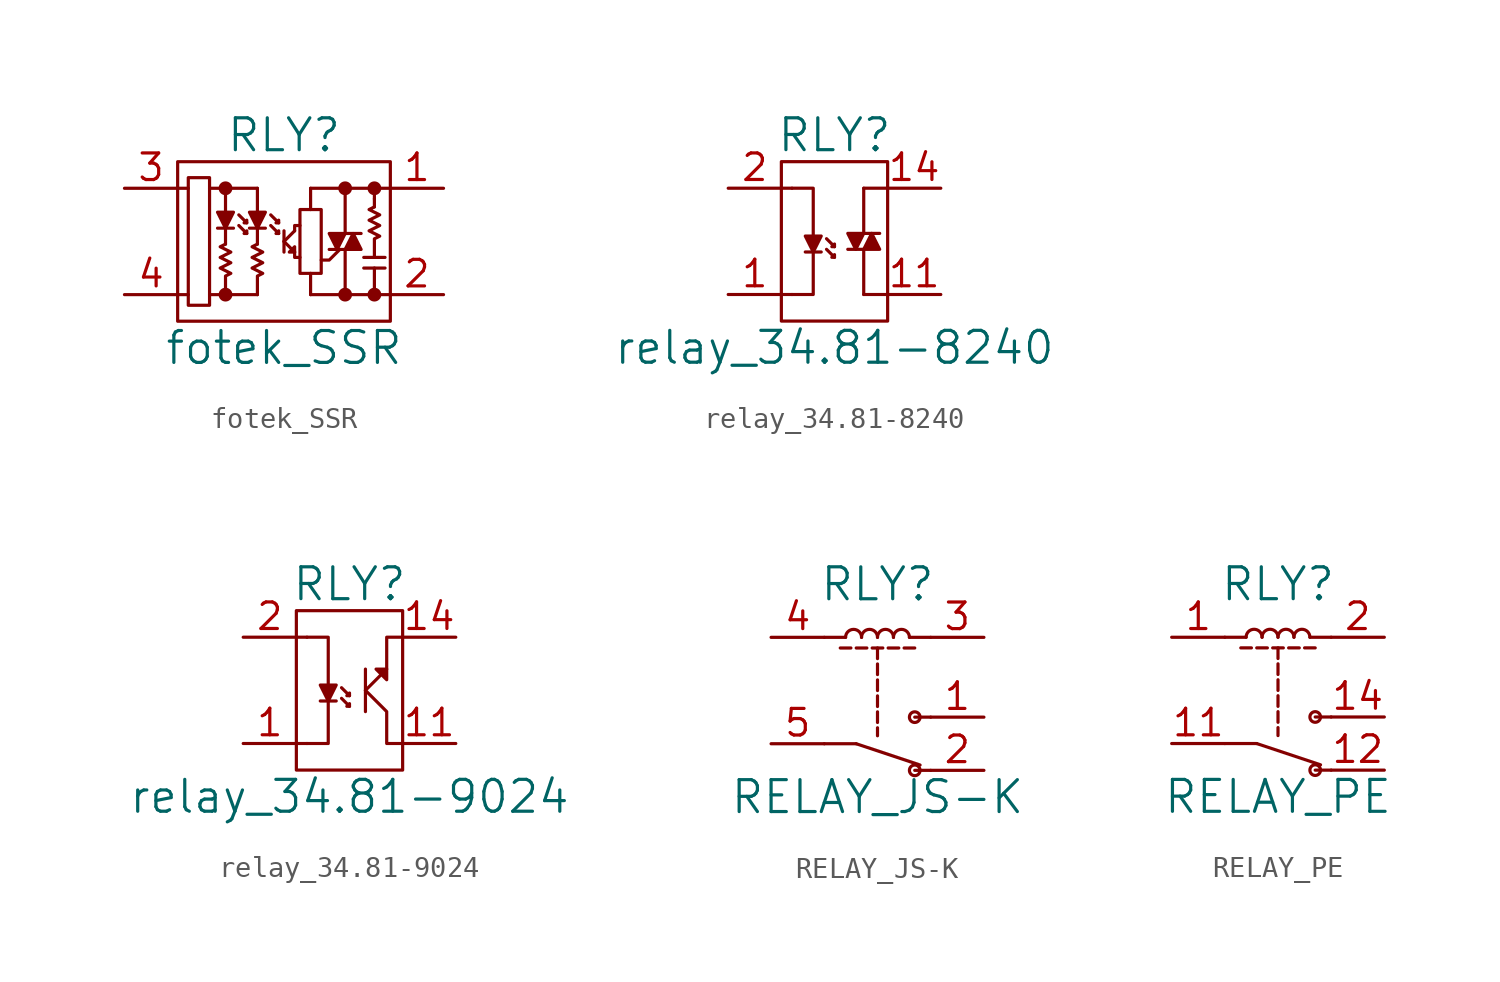
<source format=kicad_sym>
(kicad_symbol_lib
  (version 20220914)
  (generator kicad_symbol_editor)
  (symbol "fotek_SSR"
    (pin_names
      (offset 1.016))
    (property "Reference" "RLY"
      (at 0 5.08 0)
      (effects (font (size 1.524 1.524))))
    (property "Value" "fotek_SSR"
      (at 0 -5.08 0)
      (effects (font (size 1.524 1.524))))
    (property "Footprint" ""
      (at 0 0 0)
      (effects (font (size 1.524 1.524))))
    (property "Datasheet" ""
      (at 0 0 0)
      (effects (font (size 1.524 1.524))))
    (symbol "fotek_SSR_0_1"
      (rectangle (start -5.08 3.81) (end 5.08 -3.81) (stroke (width 0) (type solid)) (fill (type none)))
      (rectangle (start -4.572 3.048) (end -3.556 -3.048) (stroke (width 0) (type solid)) (fill (type none)))
      (circle (center -2.794 -2.54) (radius 0.254) (stroke (width 0) (type solid)) (fill (type outline)))
      (circle (center -2.794 2.54) (radius 0.254) (stroke (width 0) (type solid)) (fill (type outline)))
      (polyline (pts (xy -4.572 -2.54) (xy -5.08 -2.54)) (stroke (width 0) (type solid)) (fill (type none)))
      (polyline (pts (xy -4.572 2.54) (xy -5.08 2.54)) (stroke (width 0) (type solid)) (fill (type none)))
      (polyline (pts (xy -2.794 -0.127) (xy -2.794 0.635)) (stroke (width 0) (type solid)) (fill (type none)))
      (polyline (pts (xy -2.794 2.54) (xy -2.794 1.27)) (stroke (width 0) (type solid)) (fill (type none)))
      (polyline (pts (xy -1.27 -2.54) (xy -3.556 -2.54)) (stroke (width 0) (type solid)) (fill (type none)))
      (polyline (pts (xy -1.27 -0.127) (xy -1.27 0.635)) (stroke (width 0) (type solid)) (fill (type none)))
      (polyline (pts (xy -1.27 2.54) (xy -3.556 2.54)) (stroke (width 0) (type solid)) (fill (type none)))
      (polyline (pts (xy -1.27 2.54) (xy -1.27 1.27)) (stroke (width 0) (type solid)) (fill (type none)))
      (polyline (pts (xy 0 -0.508) (xy 0 0.508)) (stroke (width 0) (type solid)) (fill (type none)))
      (polyline (pts (xy 0 0) (xy 0.508 -0.508)) (stroke (width 0) (type solid)) (fill (type none)))
      (polyline (pts (xy 0 0) (xy 0.508 0.508)) (stroke (width 0) (type solid)) (fill (type none)))
      (polyline (pts (xy 1.27 -2.54) (xy 5.08 -2.54)) (stroke (width 0) (type solid)) (fill (type none)))
      (polyline (pts (xy 1.27 -1.524) (xy 1.27 -2.54)) (stroke (width 0) (type solid)) (fill (type none)))
      (polyline (pts (xy 1.27 1.524) (xy 1.27 2.54)) (stroke (width 0) (type solid)) (fill (type none)))
      (polyline (pts (xy 1.27 2.54) (xy 5.08 2.54)) (stroke (width 0) (type solid)) (fill (type none)))
      (polyline (pts (xy 2.921 -0.381) (xy 2.921 -2.54)) (stroke (width 0) (type solid)) (fill (type none)))
      (polyline (pts (xy 2.921 0.381) (xy 2.921 2.54)) (stroke (width 0) (type solid)) (fill (type none)))
      (polyline (pts (xy 3.81 -0.762) (xy 4.826 -0.762)) (stroke (width 0) (type solid)) (fill (type none)))
      (polyline (pts (xy 4.318 -1.27) (xy 4.318 -2.54)) (stroke (width 0) (type solid)) (fill (type none)))
      (polyline (pts (xy 4.318 2.032) (xy 4.318 1.651)) (stroke (width 0) (type solid)) (fill (type none)))
      (polyline (pts (xy 4.318 2.032) (xy 4.318 2.54)) (stroke (width 0) (type solid)) (fill (type none)))
      (polyline (pts (xy 4.826 -1.27) (xy 3.81 -1.27)) (stroke (width 0) (type solid)) (fill (type none)))
      (polyline (pts (xy -2.413 0.635) (xy -3.175 0.635) (xy -3.175 0.635)) (stroke (width 0) (type solid)) (fill (type none)))
      (polyline (pts (xy -2.159 0.762) (xy -1.778 0.381) (xy -1.778 0.381)) (stroke (width 0) (type solid)) (fill (type none)))
      (polyline (pts (xy -2.159 1.27) (xy -1.778 0.889) (xy -1.778 0.889)) (stroke (width 0) (type solid)) (fill (type none)))
      (polyline (pts (xy -0.889 0.635) (xy -1.651 0.635) (xy -1.651 0.635)) (stroke (width 0) (type solid)) (fill (type none)))
      (polyline (pts (xy -0.635 0.762) (xy -0.254 0.381) (xy -0.254 0.381)) (stroke (width 0) (type solid)) (fill (type none)))
      (polyline (pts (xy -0.635 1.27) (xy -0.254 0.889) (xy -0.254 0.889)) (stroke (width 0) (type solid)) (fill (type none)))
      (polyline (pts (xy 0.508 -0.508) (xy 0.508 -0.762) (xy 0.762 -0.762)) (stroke (width 0) (type solid)) (fill (type none)))
      (polyline (pts (xy 0.508 0.508) (xy 0.508 0.762) (xy 0.762 0.762)) (stroke (width 0) (type solid)) (fill (type none)))
      (polyline (pts (xy 2.667 -0.381) (xy 2.159 -0.889) (xy 1.778 -0.889)) (stroke (width 0) (type solid)) (fill (type none)))
      (polyline (pts (xy 2.921 -0.381) (xy 2.159 -0.381) (xy 2.159 -0.381)) (stroke (width 0) (type solid)) (fill (type none)))
      (polyline (pts (xy 2.921 0.381) (xy 3.683 0.381) (xy 3.683 0.381)) (stroke (width 0) (type solid)) (fill (type none)))
      (polyline (pts (xy 0.508 -0.508) (xy 0.254 -0.508) (xy 0.508 -0.254) (xy 0.508 -0.508)) (stroke (width 0) (type solid)) (fill (type none)))
      (polyline (pts (xy -3.175 1.397) (xy -2.413 1.397) (xy -2.794 0.635) (xy -3.175 1.397) (xy -3.175 1.397)) (stroke (width 0) (type solid)) (fill (type outline)))
      (polyline (pts (xy -1.778 0.381) (xy -1.905 0.381) (xy -1.778 0.508) (xy -1.778 0.381) (xy -1.778 0.381)) (stroke (width 0) (type solid)) (fill (type none)))
      (polyline (pts (xy -1.778 0.889) (xy -1.905 0.889) (xy -1.778 1.016) (xy -1.778 0.889) (xy -1.778 0.889)) (stroke (width 0) (type solid)) (fill (type none)))
      (polyline (pts (xy -1.651 1.397) (xy -0.889 1.397) (xy -1.27 0.635) (xy -1.651 1.397) (xy -1.651 1.397)) (stroke (width 0) (type solid)) (fill (type outline)))
      (polyline (pts (xy -0.254 0.381) (xy -0.381 0.381) (xy -0.254 0.508) (xy -0.254 0.381) (xy -0.254 0.381)) (stroke (width 0) (type solid)) (fill (type none)))
      (polyline (pts (xy -0.254 0.889) (xy -0.381 0.889) (xy -0.254 1.016) (xy -0.254 0.889) (xy -0.254 0.889)) (stroke (width 0) (type solid)) (fill (type none)))
      (polyline (pts (xy 2.159 0.381) (xy 2.921 0.381) (xy 2.54 -0.381) (xy 2.159 0.381) (xy 2.159 0.381)) (stroke (width 0) (type solid)) (fill (type outline)))
      (polyline (pts (xy 2.921 -0.381) (xy 3.683 -0.381) (xy 3.302 0.381) (xy 2.921 -0.381) (xy 2.921 -0.381)) (stroke (width 0) (type solid)) (fill (type outline)))
      (polyline (pts (xy -2.794 -0.127) (xy -3.048 -0.254) (xy -2.54 -0.508) (xy -3.048 -0.762) (xy -2.54 -1.016) (xy -3.048 -1.27) (xy -2.54 -1.524) (xy -2.794 -1.651) (xy -2.794 -2.54)) (stroke (width 0) (type solid)) (fill (type none)))
      (polyline (pts (xy -1.27 -0.127) (xy -1.524 -0.254) (xy -1.016 -0.508) (xy -1.524 -0.762) (xy -1.016 -1.016) (xy -1.524 -1.27) (xy -1.016 -1.524) (xy -1.27 -1.651) (xy -1.27 -2.54)) (stroke (width 0) (type solid)) (fill (type none)))
      (polyline (pts (xy 4.318 1.651) (xy 4.064 1.524) (xy 4.572 1.27) (xy 4.064 1.016) (xy 4.572 0.762) (xy 4.064 0.508) (xy 4.572 0.254) (xy 4.318 0.127) (xy 4.318 -0.762)) (stroke (width 0) (type solid)) (fill (type none)))
      (rectangle (start 0.762 -1.524) (end 1.778 1.524) (stroke (width 0) (type solid)) (fill (type none)))
      (circle (center 2.921 -2.54) (radius 0.254) (stroke (width 0) (type solid)) (fill (type outline)))
      (circle (center 2.921 2.54) (radius 0.254) (stroke (width 0) (type solid)) (fill (type outline)))
      (circle (center 4.318 -2.54) (radius 0.254) (stroke (width 0) (type solid)) (fill (type outline)))
      (circle (center 4.318 2.54) (radius 0.254) (stroke (width 0) (type solid)) (fill (type outline))))
    (symbol "fotek_SSR_1_1"
      (pin passive line (at 7.62 2.54 180) (length 2.54) (name "~" (effects (font (size 1.27 1.27)))) (number "1" (effects (font (size 1.27 1.27)))))
      (pin passive line (at 7.62 -2.54 180) (length 2.54) (name "~" (effects (font (size 1.27 1.27)))) (number "2" (effects (font (size 1.27 1.27)))))
      (pin passive line (at -7.62 2.54 0) (length 2.54) (name "~" (effects (font (size 1.27 1.27)))) (number "3" (effects (font (size 1.27 1.27)))))
      (pin passive line (at -7.62 -2.54 0) (length 2.54) (name "~" (effects (font (size 1.27 1.27)))) (number "4" (effects (font (size 1.27 1.27)))))))
  (symbol "relay_34.81-8240"
    (pin_names
      (offset 1.016) hide)
    (property "Reference" "RLY"
      (at 0 5.08 0)
      (effects (font (size 1.524 1.524))))
    (property "Value" "relay_34.81-8240"
      (at 0 -5.08 0)
      (effects (font (size 1.524 1.524))))
    (property "Footprint" ""
      (at 1.016 0 0)
      (effects (font (size 1.524 1.524))))
    (property "Datasheet" ""
      (at 0 0 0)
      (effects (font (size 1.524 1.524))))
    (symbol "relay_34.81-8240_0_1"
      (rectangle (start -2.54 3.81) (end 2.54 -3.81) (stroke (width 0) (type solid)) (fill (type none)))
      (polyline (pts (xy -2.032 -2.54) (xy -2.54 -2.54)) (stroke (width 0) (type solid)) (fill (type none)))
      (polyline (pts (xy -2.032 2.54) (xy -2.54 2.54)) (stroke (width 0) (type solid)) (fill (type none)))
      (polyline (pts (xy 1.397 -2.54) (xy 2.54 -2.54)) (stroke (width 0) (type solid)) (fill (type none)))
      (polyline (pts (xy 1.397 -0.381) (xy 1.397 -2.54)) (stroke (width 0) (type solid)) (fill (type none)))
      (polyline (pts (xy 1.397 0.381) (xy 1.397 2.54)) (stroke (width 0) (type solid)) (fill (type none)))
      (polyline (pts (xy 1.397 2.54) (xy 2.54 2.54)) (stroke (width 0) (type solid)) (fill (type none)))
      (polyline (pts (xy -1.016 -0.508) (xy -1.016 -2.54) (xy -2.032 -2.54)) (stroke (width 0) (type solid)) (fill (type none)))
      (polyline (pts (xy -1.016 0.254) (xy -1.016 2.54) (xy -2.032 2.54)) (stroke (width 0) (type solid)) (fill (type none)))
      (polyline (pts (xy -0.635 -0.508) (xy -1.397 -0.508) (xy -1.397 -0.508)) (stroke (width 0) (type solid)) (fill (type none)))
      (polyline (pts (xy -0.381 -0.381) (xy 0 -0.762) (xy 0 -0.762)) (stroke (width 0) (type solid)) (fill (type none)))
      (polyline (pts (xy -0.381 0.127) (xy 0 -0.254) (xy 0 -0.254)) (stroke (width 0) (type solid)) (fill (type none)))
      (polyline (pts (xy 1.397 -0.381) (xy 0.635 -0.381) (xy 0.635 -0.381)) (stroke (width 0) (type solid)) (fill (type none)))
      (polyline (pts (xy 1.397 0.381) (xy 2.159 0.381) (xy 2.159 0.381)) (stroke (width 0) (type solid)) (fill (type none)))
      (polyline (pts (xy -1.397 0.254) (xy -0.635 0.254) (xy -1.016 -0.508) (xy -1.397 0.254) (xy -1.397 0.254)) (stroke (width 0) (type solid)) (fill (type outline)))
      (polyline (pts (xy 0 -0.762) (xy -0.127 -0.762) (xy 0 -0.635) (xy 0 -0.762) (xy 0 -0.762)) (stroke (width 0) (type solid)) (fill (type none)))
      (polyline (pts (xy 0 -0.254) (xy -0.127 -0.254) (xy 0 -0.127) (xy 0 -0.254) (xy 0 -0.254)) (stroke (width 0) (type solid)) (fill (type none)))
      (polyline (pts (xy 0.635 0.381) (xy 1.397 0.381) (xy 1.016 -0.381) (xy 0.635 0.381) (xy 0.635 0.381)) (stroke (width 0) (type solid)) (fill (type outline)))
      (polyline (pts (xy 1.397 -0.381) (xy 2.159 -0.381) (xy 1.778 0.381) (xy 1.397 -0.381) (xy 1.397 -0.381)) (stroke (width 0) (type solid)) (fill (type outline))))
    (symbol "relay_34.81-8240_1_1"
      (pin passive line (at -5.08 -2.54 0) (length 2.54) (name "A1-" (effects (font (size 0.508 0.508)))) (number "1" (effects (font (size 1.27 1.27)))))
      (pin passive line (at 5.08 -2.54 180) (length 2.54) (name "~" (effects (font (size 1.27 1.27)))) (number "11" (effects (font (size 1.27 1.27)))))
      (pin passive line (at 5.08 2.54 180) (length 2.54) (name "~" (effects (font (size 1.27 1.27)))) (number "14" (effects (font (size 1.27 1.27)))))
      (pin passive line (at -5.08 2.54 0) (length 2.54) (name "A1+" (effects (font (size 0.508 0.508)))) (number "2" (effects (font (size 1.27 1.27)))))))
  (symbol "relay_34.81-9024"
    (pin_names
      (offset 1.016) hide)
    (property "Reference" "RLY"
      (at 0 5.08 0)
      (effects (font (size 1.524 1.524))))
    (property "Value" "relay_34.81-9024"
      (at 0 -5.08 0)
      (effects (font (size 1.524 1.524))))
    (property "Footprint" ""
      (at 1.27 0 0)
      (effects (font (size 1.524 1.524))))
    (property "Datasheet" ""
      (at 0 0 0)
      (effects (font (size 1.524 1.524))))
    (symbol "relay_34.81-9024_0_1"
      (rectangle (start -2.54 3.81) (end 2.54 -3.81) (stroke (width 0) (type solid)) (fill (type none)))
      (polyline (pts (xy -2.032 -2.54) (xy -2.54 -2.54)) (stroke (width 0) (type solid)) (fill (type none)))
      (polyline (pts (xy -2.032 2.54) (xy -2.54 2.54)) (stroke (width 0) (type solid)) (fill (type none)))
      (polyline (pts (xy 0.762 0) (xy 1.524 0.762)) (stroke (width 0) (type solid)) (fill (type none)))
      (polyline (pts (xy 0.762 1.016) (xy 0.762 -1.016)) (stroke (width 0) (type solid)) (fill (type none)))
      (polyline (pts (xy -1.016 -0.508) (xy -1.016 -2.54) (xy -2.032 -2.54)) (stroke (width 0) (type solid)) (fill (type none)))
      (polyline (pts (xy -1.016 0.254) (xy -1.016 2.54) (xy -2.032 2.54)) (stroke (width 0) (type solid)) (fill (type none)))
      (polyline (pts (xy -0.635 -0.508) (xy -1.397 -0.508) (xy -1.397 -0.508)) (stroke (width 0) (type solid)) (fill (type none)))
      (polyline (pts (xy -0.381 -0.381) (xy 0 -0.762) (xy 0 -0.762)) (stroke (width 0) (type solid)) (fill (type none)))
      (polyline (pts (xy -0.381 0.127) (xy 0 -0.254) (xy 0 -0.254)) (stroke (width 0) (type solid)) (fill (type none)))
      (polyline (pts (xy 1.778 1.016) (xy 1.778 2.54) (xy 2.54 2.54)) (stroke (width 0) (type solid)) (fill (type none)))
      (polyline (pts (xy 0.762 0) (xy 1.778 -1.016) (xy 1.778 -2.54) (xy 2.54 -2.54)) (stroke (width 0) (type solid)) (fill (type none)))
      (polyline (pts (xy 1.778 1.016) (xy 1.27 1.016) (xy 1.778 0.508) (xy 1.778 1.016)) (stroke (width 0) (type solid)) (fill (type outline)))
      (polyline (pts (xy -1.397 0.254) (xy -0.635 0.254) (xy -1.016 -0.508) (xy -1.397 0.254) (xy -1.397 0.254)) (stroke (width 0) (type solid)) (fill (type outline)))
      (polyline (pts (xy 0 -0.762) (xy -0.127 -0.762) (xy 0 -0.635) (xy 0 -0.762) (xy 0 -0.762)) (stroke (width 0) (type solid)) (fill (type none)))
      (polyline (pts (xy 0 -0.254) (xy -0.127 -0.254) (xy 0 -0.127) (xy 0 -0.254) (xy 0 -0.254)) (stroke (width 0) (type solid)) (fill (type none))))
    (symbol "relay_34.81-9024_1_1"
      (pin passive line (at -5.08 -2.54 0) (length 2.54) (name "A2-" (effects (font (size 1.27 1.27)))) (number "1" (effects (font (size 1.27 1.27)))))
      (pin passive line (at 5.08 -2.54 180) (length 2.54) (name "+" (effects (font (size 1.27 1.27)))) (number "11" (effects (font (size 1.27 1.27)))))
      (pin passive line (at 5.08 2.54 180) (length 2.54) (name "-" (effects (font (size 1.27 1.27)))) (number "14" (effects (font (size 1.27 1.27)))))
      (pin passive line (at -5.08 2.54 0) (length 2.54) (name "A1+" (effects (font (size 0.508 0.508)))) (number "2" (effects (font (size 1.27 1.27)))))))
  (symbol "RELAY_JS-K"
    (pin_names
      (offset 1.016))
    (property "Reference" "RLY"
      (at 0 6.35 0)
      (effects (font (size 1.524 1.524))))
    (property "Value" "RELAY_JS-K"
      (at 0 -3.81 0)
      (effects (font (size 1.524 1.524))))
    (property "Footprint" ""
      (at 0 0 0)
      (effects (font (size 1.524 1.524))))
    (property "Datasheet" ""
      (at 0 0 0)
      (effects (font (size 1.524 1.524))))
    (symbol "RELAY_JS-K_0_1"
      (arc (start -0.762 3.81) (mid -1.143 4.1894) (end -1.524 3.81) (stroke (width 0) (type solid)) (fill (type none)))
      (polyline (pts (xy -1.016 -1.27) (xy -2.54 -1.27)) (stroke (width 0) (type solid)) (fill (type none)))
      (polyline (pts (xy -1.778 3.302) (xy -1.27 3.302) (xy -1.27 3.302)) (stroke (width 0) (type solid)) (fill (type none)))
      (polyline (pts (xy -1.524 3.81) (xy -2.54 3.81) (xy -2.54 3.81)) (stroke (width 0) (type solid)) (fill (type none)))
      (polyline (pts (xy -1.016 -1.27) (xy 2.032 -2.286) (xy 2.032 -2.286)) (stroke (width 0) (type solid)) (fill (type none)))
      (polyline (pts (xy -1.016 3.302) (xy -0.508 3.302) (xy -0.508 3.302)) (stroke (width 0) (type solid)) (fill (type none)))
      (polyline (pts (xy -0.254 3.302) (xy 0.254 3.302) (xy 0.254 3.302)) (stroke (width 0) (type solid)) (fill (type none)))
      (polyline (pts (xy 0 -0.508) (xy 0 -0.889) (xy 0 -0.889)) (stroke (width 0) (type solid)) (fill (type none)))
      (polyline (pts (xy 0 0.254) (xy 0 -0.254) (xy 0 -0.254)) (stroke (width 0) (type solid)) (fill (type none)))
      (polyline (pts (xy 0 1.016) (xy 0 0.508) (xy 0 0.508)) (stroke (width 0) (type solid)) (fill (type none)))
      (polyline (pts (xy 0 1.778) (xy 0 1.27) (xy 0 1.27)) (stroke (width 0) (type solid)) (fill (type none)))
      (polyline (pts (xy 0 2.54) (xy 0 2.032) (xy 0 2.032)) (stroke (width 0) (type solid)) (fill (type none)))
      (polyline (pts (xy 0 3.302) (xy 0 2.794) (xy 0 2.794)) (stroke (width 0) (type solid)) (fill (type none)))
      (polyline (pts (xy 0.508 3.302) (xy 1.016 3.302) (xy 1.016 3.302)) (stroke (width 0) (type solid)) (fill (type none)))
      (polyline (pts (xy 1.27 3.302) (xy 1.778 3.302) (xy 1.778 3.302)) (stroke (width 0) (type solid)) (fill (type none)))
      (polyline (pts (xy 1.524 3.81) (xy 2.54 3.81) (xy 2.54 3.81)) (stroke (width 0) (type solid)) (fill (type none)))
      (polyline (pts (xy 2.54 -2.54) (xy 1.778 -2.54) (xy 1.778 -2.54)) (stroke (width 0) (type solid)) (fill (type none)))
      (polyline (pts (xy 2.54 0) (xy 1.778 0) (xy 1.778 0)) (stroke (width 0) (type solid)) (fill (type none)))
      (arc (start 0 3.81) (mid -0.381 4.1894) (end -0.762 3.81) (stroke (width 0) (type solid)) (fill (type none)))
      (arc (start 0.762 3.81) (mid 0.381 4.1894) (end 0 3.81) (stroke (width 0) (type solid)) (fill (type none)))
      (arc (start 1.524 3.81) (mid 1.143 4.1894) (end 0.762 3.81) (stroke (width 0) (type solid)) (fill (type none)))
      (circle (center 1.778 -2.54) (radius 0.254) (stroke (width 0) (type solid)) (fill (type none)))
      (circle (center 1.778 0) (radius 0.254) (stroke (width 0) (type solid)) (fill (type none))))
    (symbol "RELAY_JS-K_1_1"
      (pin passive line (at 5.08 0 180) (length 2.54) (name "~" (effects (font (size 1.27 1.27)))) (number "1" (effects (font (size 1.27 1.27)))))
      (pin passive line (at 5.08 -2.54 180) (length 2.54) (name "~" (effects (font (size 1.27 1.27)))) (number "2" (effects (font (size 1.27 1.27)))))
      (pin passive line (at 5.08 3.81 180) (length 2.54) (name "~" (effects (font (size 1.27 1.27)))) (number "3" (effects (font (size 1.27 1.27)))))
      (pin passive line (at -5.08 3.81 0) (length 2.54) (name "~" (effects (font (size 1.27 1.27)))) (number "4" (effects (font (size 1.27 1.27)))))
      (pin passive line (at -5.08 -1.27 0) (length 2.54) (name "~" (effects (font (size 1.27 1.27)))) (number "5" (effects (font (size 1.27 1.27)))))))
  (symbol "RELAY_PE"
    (pin_names
      (offset 1.016))
    (property "Reference" "RLY"
      (at 0 6.35 0)
      (effects (font (size 1.524 1.524))))
    (property "Value" "RELAY_PE"
      (at 0 -3.81 0)
      (effects (font (size 1.524 1.524))))
    (property "Footprint" ""
      (at 0 0 0)
      (effects (font (size 1.524 1.524))))
    (property "Datasheet" ""
      (at 0 0 0)
      (effects (font (size 1.524 1.524))))
    (symbol "RELAY_PE_0_1"
      (arc (start -0.762 3.81) (mid -1.143 4.1894) (end -1.524 3.81) (stroke (width 0) (type solid)) (fill (type none)))
      (polyline (pts (xy -1.016 -1.27) (xy -2.54 -1.27)) (stroke (width 0) (type solid)) (fill (type none)))
      (polyline (pts (xy -1.778 3.302) (xy -1.27 3.302) (xy -1.27 3.302)) (stroke (width 0) (type solid)) (fill (type none)))
      (polyline (pts (xy -1.524 3.81) (xy -2.54 3.81) (xy -2.54 3.81)) (stroke (width 0) (type solid)) (fill (type none)))
      (polyline (pts (xy -1.016 -1.27) (xy 2.032 -2.286) (xy 2.032 -2.286)) (stroke (width 0) (type solid)) (fill (type none)))
      (polyline (pts (xy -1.016 3.302) (xy -0.508 3.302) (xy -0.508 3.302)) (stroke (width 0) (type solid)) (fill (type none)))
      (polyline (pts (xy -0.254 3.302) (xy 0.254 3.302) (xy 0.254 3.302)) (stroke (width 0) (type solid)) (fill (type none)))
      (polyline (pts (xy 0 -0.508) (xy 0 -0.889) (xy 0 -0.889)) (stroke (width 0) (type solid)) (fill (type none)))
      (polyline (pts (xy 0 0.254) (xy 0 -0.254) (xy 0 -0.254)) (stroke (width 0) (type solid)) (fill (type none)))
      (polyline (pts (xy 0 1.016) (xy 0 0.508) (xy 0 0.508)) (stroke (width 0) (type solid)) (fill (type none)))
      (polyline (pts (xy 0 1.778) (xy 0 1.27) (xy 0 1.27)) (stroke (width 0) (type solid)) (fill (type none)))
      (polyline (pts (xy 0 2.54) (xy 0 2.032) (xy 0 2.032)) (stroke (width 0) (type solid)) (fill (type none)))
      (polyline (pts (xy 0 3.302) (xy 0 2.794) (xy 0 2.794)) (stroke (width 0) (type solid)) (fill (type none)))
      (polyline (pts (xy 0.508 3.302) (xy 1.016 3.302) (xy 1.016 3.302)) (stroke (width 0) (type solid)) (fill (type none)))
      (polyline (pts (xy 1.27 3.302) (xy 1.778 3.302) (xy 1.778 3.302)) (stroke (width 0) (type solid)) (fill (type none)))
      (polyline (pts (xy 1.524 3.81) (xy 2.54 3.81) (xy 2.54 3.81)) (stroke (width 0) (type solid)) (fill (type none)))
      (polyline (pts (xy 2.54 -2.54) (xy 1.778 -2.54) (xy 1.778 -2.54)) (stroke (width 0) (type solid)) (fill (type none)))
      (polyline (pts (xy 2.54 0) (xy 1.778 0) (xy 1.778 0)) (stroke (width 0) (type solid)) (fill (type none)))
      (arc (start 0 3.81) (mid -0.381 4.1894) (end -0.762 3.81) (stroke (width 0) (type solid)) (fill (type none)))
      (arc (start 0.762 3.81) (mid 0.381 4.1894) (end 0 3.81) (stroke (width 0) (type solid)) (fill (type none)))
      (arc (start 1.524 3.81) (mid 1.143 4.1894) (end 0.762 3.81) (stroke (width 0) (type solid)) (fill (type none)))
      (circle (center 1.778 -2.54) (radius 0.254) (stroke (width 0) (type solid)) (fill (type none)))
      (circle (center 1.778 0) (radius 0.254) (stroke (width 0) (type solid)) (fill (type none))))
    (symbol "RELAY_PE_1_1"
      (pin passive line (at -5.08 3.81 0) (length 2.54) (name "~" (effects (font (size 1.27 1.27)))) (number "1" (effects (font (size 1.27 1.27)))))
      (pin passive line (at -5.08 -1.27 0) (length 2.54) (name "~" (effects (font (size 1.27 1.27)))) (number "11" (effects (font (size 1.27 1.27)))))
      (pin passive line (at 5.08 -2.54 180) (length 2.54) (name "~" (effects (font (size 1.27 1.27)))) (number "12" (effects (font (size 1.27 1.27)))))
      (pin passive line (at 5.08 0 180) (length 2.54) (name "~" (effects (font (size 1.27 1.27)))) (number "14" (effects (font (size 1.27 1.27)))))
      (pin passive line (at 5.08 3.81 180) (length 2.54) (name "~" (effects (font (size 1.27 1.27)))) (number "2" (effects (font (size 1.27 1.27))))))))
</source>
